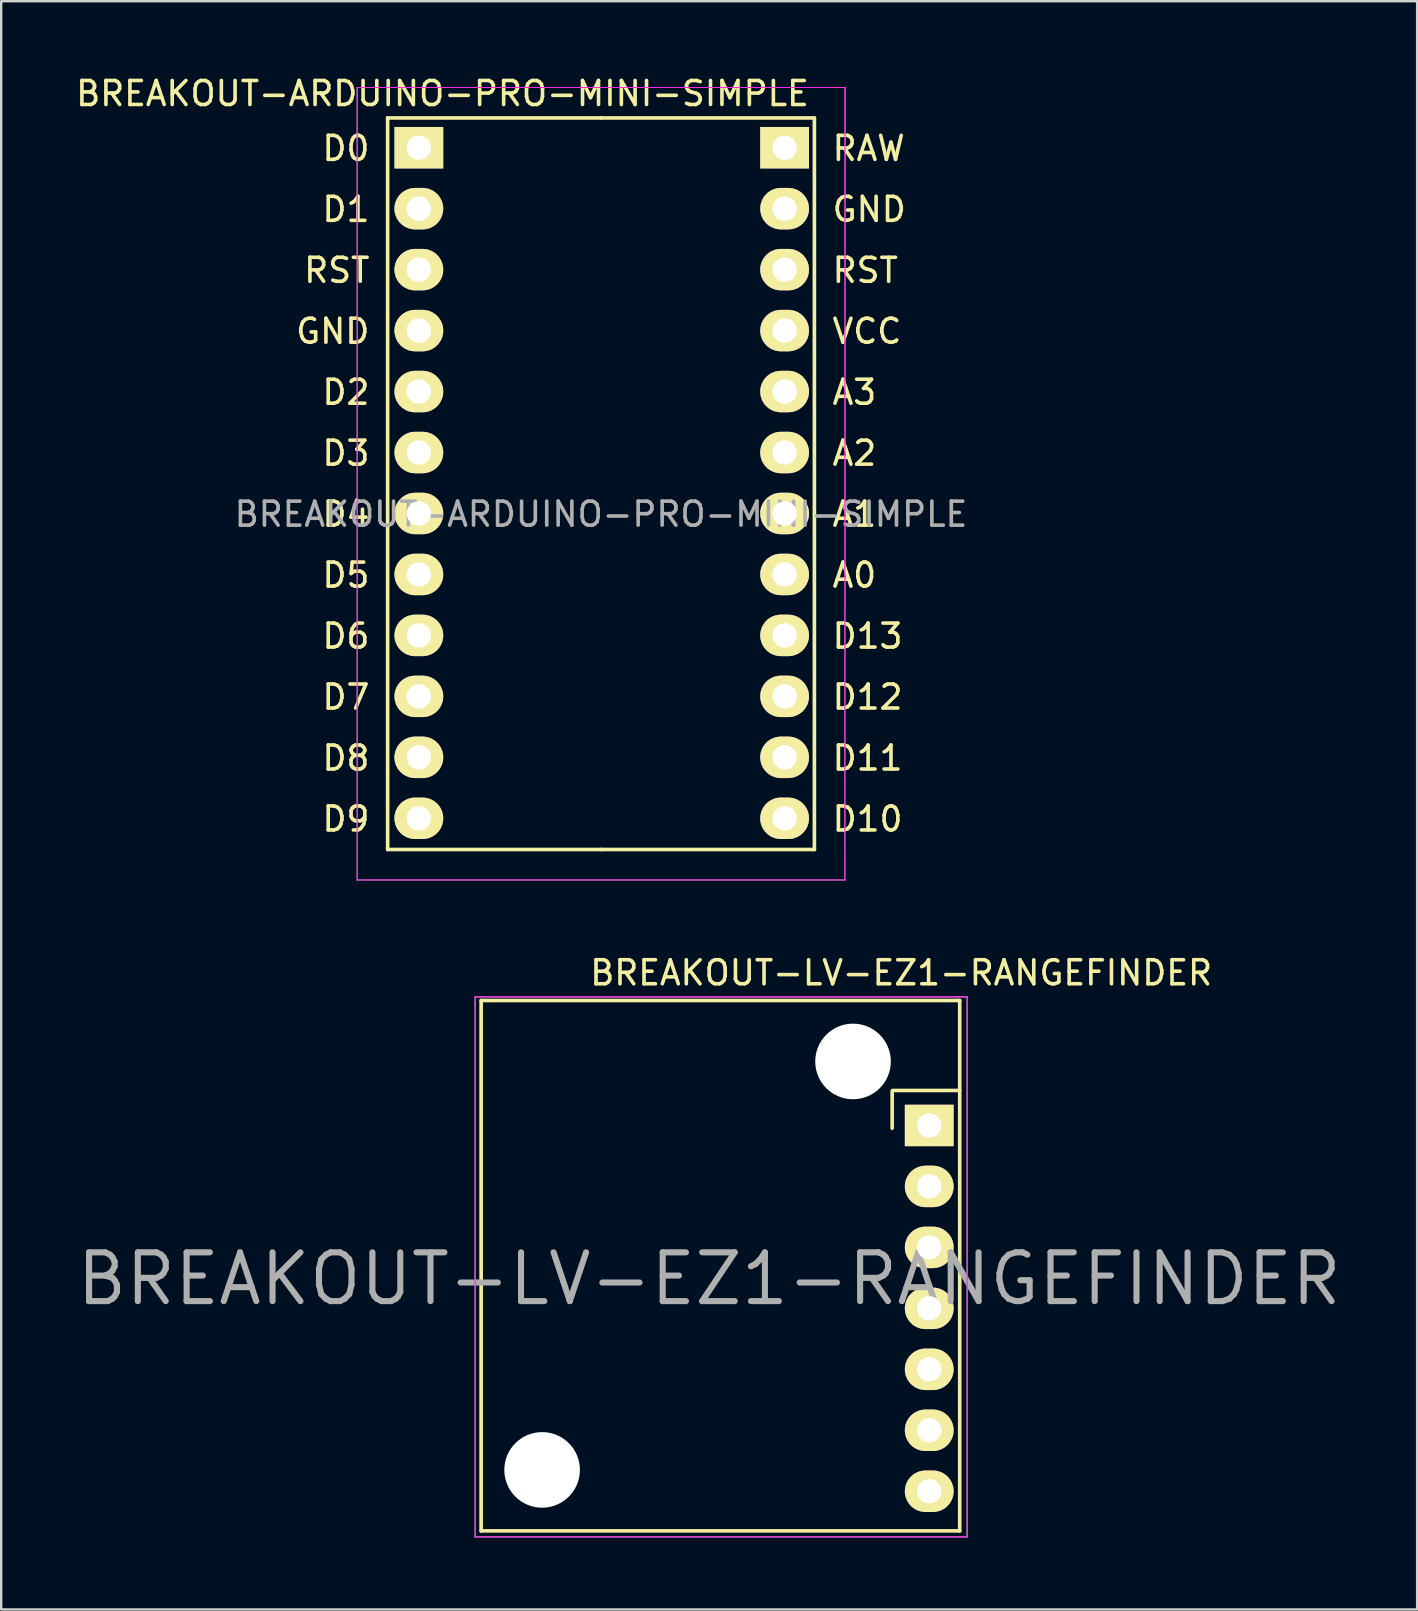
<source format=kicad_pcb>
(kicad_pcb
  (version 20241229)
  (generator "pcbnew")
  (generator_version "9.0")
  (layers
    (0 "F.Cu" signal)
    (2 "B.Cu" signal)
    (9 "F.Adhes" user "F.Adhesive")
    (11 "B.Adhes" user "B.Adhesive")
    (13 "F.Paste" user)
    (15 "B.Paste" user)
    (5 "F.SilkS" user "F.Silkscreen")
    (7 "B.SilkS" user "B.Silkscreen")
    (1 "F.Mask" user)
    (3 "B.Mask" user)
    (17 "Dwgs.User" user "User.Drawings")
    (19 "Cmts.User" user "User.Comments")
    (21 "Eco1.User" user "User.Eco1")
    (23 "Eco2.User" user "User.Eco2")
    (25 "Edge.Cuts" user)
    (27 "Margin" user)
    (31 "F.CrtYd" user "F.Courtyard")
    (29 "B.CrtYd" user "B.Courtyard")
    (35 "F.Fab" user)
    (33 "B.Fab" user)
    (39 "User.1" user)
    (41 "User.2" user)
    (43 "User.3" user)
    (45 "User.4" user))
  (footprint "BREAKOUT-ARDUINO-PRO-MINI-SIMPLE"
    (layer "F.Cu")
    (at 21.991 18.374)
    (property "Reference" "BREAKOUT-ARDUINO-PRO-MINI-SIMPLE" (at 0 0 0) (layer "F.Fab") (effects (font (size 1 1) (thickness 0.15))))
    (attr through_hole)
    (fp_line (start -8.89 13.97) (end -8.89 -16.51) (stroke (width 0.152) (type solid)) (layer "F.SilkS"))
    (fp_line (start 0 -16.51) (end -8.89 -16.51) (stroke (width 0.152) (type solid)) (layer "F.SilkS"))
    (fp_line (start 0 -16.51) (end 8.89 -16.51) (stroke (width 0.152) (type solid)) (layer "F.SilkS"))
    (fp_line (start 0 13.97) (end -8.89 13.97) (stroke (width 0.152) (type solid)) (layer "F.SilkS"))
    (fp_line (start 0 13.97) (end 8.89 13.97) (stroke (width 0.152) (type solid)) (layer "F.SilkS"))
    (fp_line (start 8.89 13.97) (end 8.89 -16.51) (stroke (width 0.152) (type solid)) (layer "F.SilkS"))
    (fp_line (start -10.16 -17.78) (end -10.16 15.24) (stroke (width 0.041) (type solid)) (layer "F.CrtYd"))
    (fp_line (start -10.16 15.24) (end 10.16 15.24) (stroke (width 0.041) (type solid)) (layer "F.CrtYd"))
    (fp_line (start 10.16 -17.78) (end -10.16 -17.78) (stroke (width 0.041) (type solid)) (layer "F.CrtYd"))
    (fp_line (start 10.16 15.24) (end 10.16 -17.78) (stroke (width 0.041) (type solid)) (layer "F.CrtYd"))
    (fp_line (start -10.16 -17.78) (end -10.16 15.24) (stroke (width 0.041) (type solid)) (layer "F.Fab"))
    (fp_line (start -10.16 15.24) (end 10.17 15.24) (stroke (width 0.041) (type solid)) (layer "F.Fab"))
    (fp_line (start 10.16 -17.78) (end -10.16 -17.78) (stroke (width 0.041) (type solid)) (layer "F.Fab"))
    (fp_line (start 10.16 15.24) (end 10.17 -17.78) (stroke (width 0.041) (type solid)) (layer "F.Fab"))
    (fp_text user "D2" (at -10.628 -5.08 0) (layer "F.SilkS") (effects (font (size 1 1) (thickness 0.15))))
    (fp_text user "D4" (at -10.628 0 0) (layer "F.SilkS") (effects (font (size 1 1) (thickness 0.15))))
    (fp_text user "D3" (at -10.628 -2.54 0) (layer "F.SilkS") (effects (font (size 1 1) (thickness 0.15))))
    (fp_text user "D1" (at -10.628 -12.7 0) (layer "F.SilkS") (effects (font (size 1 1) (thickness 0.15))))
    (fp_text user "D8" (at -10.628 10.16 0) (layer "F.SilkS") (effects (font (size 1 1) (thickness 0.15))))
    (fp_text user "${REFERENCE}" (at -6.604 -17.526 0) (layer "F.SilkS") (effects (font (size 1 1) (thickness 0.15))))
    (fp_text user "GND" (at 11.176 -12.7 0) (layer "F.SilkS") (effects (font (size 1 1) (thickness 0.15))))
    (fp_text user "A1" (at 10.557 0 0) (layer "F.SilkS") (effects (font (size 1 1) (thickness 0.15))))
    (fp_text user "D10" (at 11.105 12.7 0) (layer "F.SilkS") (effects (font (size 1 1) (thickness 0.15))))
    (fp_text user "D5" (at -10.628 2.54 0) (layer "F.SilkS") (effects (font (size 1 1) (thickness 0.15))))
    (fp_text user "A0" (at 10.557 2.54 0) (layer "F.SilkS") (effects (font (size 1 1) (thickness 0.15))))
    (fp_text user "D13" (at 11.105 5.08 0) (layer "F.SilkS") (effects (font (size 1 1) (thickness 0.15))))
    (fp_text user "A3" (at 10.557 -5.08 0) (layer "F.SilkS") (effects (font (size 1 1) (thickness 0.15))))
    (fp_text user "D9" (at -10.628 12.7 0) (layer "F.SilkS") (effects (font (size 1 1) (thickness 0.15))))
    (fp_text user "D11" (at 11.105 10.16 0) (layer "F.SilkS") (effects (font (size 1 1) (thickness 0.15))))
    (fp_text user "D0" (at -10.628 -15.24 0) (layer "F.SilkS") (effects (font (size 1 1) (thickness 0.15))))
    (fp_text user "D6" (at -10.628 5.08 0) (layer "F.SilkS") (effects (font (size 1 1) (thickness 0.15))))
    (fp_text user "GND" (at -11.176 -7.62 0) (layer "F.SilkS") (effects (font (size 1 1) (thickness 0.15))))
    (fp_text user "VCC" (at 11.081 -7.62 0) (layer "F.SilkS") (effects (font (size 1 1) (thickness 0.15))))
    (fp_text user "RST" (at 11.009 -10.16 0) (layer "F.SilkS") (effects (font (size 1 1) (thickness 0.15))))
    (fp_text user "A2" (at 10.557 -2.54 0) (layer "F.SilkS") (effects (font (size 1 1) (thickness 0.15))))
    (fp_text user "RAW" (at 11.152 -15.24 0) (layer "F.SilkS") (effects (font (size 1 1) (thickness 0.15))))
    (fp_text user "D7" (at -10.628 7.62 0) (layer "F.SilkS") (effects (font (size 1 1) (thickness 0.15))))
    (fp_text user "RST" (at -11.009 -10.16 0) (layer "F.SilkS") (effects (font (size 1 1) (thickness 0.15))))
    (fp_text user "D12" (at 11.105 7.62 0) (layer "F.SilkS") (effects (font (size 1 1) (thickness 0.15))))
    (pad "A0" thru_hole oval (at 7.65 2.51 270) (size 1.727 2.032) (drill 1.016) (layers "*.Cu" "*.Mask" "F.SilkS"))
    (pad "A1" thru_hole oval (at 7.65 -0.03 270) (size 1.727 2.032) (drill 1.016) (layers "*.Cu" "*.Mask" "F.SilkS"))
    (pad "A2" thru_hole oval (at 7.65 -2.57 270) (size 1.727 2.032) (drill 1.016) (layers "*.Cu" "*.Mask" "F.SilkS"))
    (pad "A3" thru_hole oval (at 7.65 -5.11 270) (size 1.727 2.032) (drill 1.016) (layers "*.Cu" "*.Mask" "F.SilkS"))
    (pad "D0" thru_hole rect (at -7.59 -15.27 270) (size 1.727 2.032) (drill 1.016) (layers "*.Cu" "*.Mask" "F.SilkS"))
    (pad "D1" thru_hole oval (at -7.59 -12.73 270) (size 1.727 2.032) (drill 1.016) (layers "*.Cu" "*.Mask" "F.SilkS"))
    (pad "D2" thru_hole oval (at -7.59 -5.11 270) (size 1.727 2.032) (drill 1.016) (layers "*.Cu" "*.Mask" "F.SilkS"))
    (pad "D3" thru_hole oval (at -7.59 -2.57 270) (size 1.727 2.032) (drill 1.016) (layers "*.Cu" "*.Mask" "F.SilkS"))
    (pad "D4" thru_hole oval (at -7.59 -0.03 270) (size 1.727 2.032) (drill 1.016) (layers "*.Cu" "*.Mask" "F.SilkS"))
    (pad "D5" thru_hole oval (at -7.59 2.51 270) (size 1.727 2.032) (drill 1.016) (layers "*.Cu" "*.Mask" "F.SilkS"))
    (pad "D6" thru_hole oval (at -7.59 5.05 270) (size 1.727 2.032) (drill 1.016) (layers "*.Cu" "*.Mask" "F.SilkS"))
    (pad "D7" thru_hole oval (at -7.59 7.59 270) (size 1.727 2.032) (drill 1.016) (layers "*.Cu" "*.Mask" "F.SilkS"))
    (pad "D8" thru_hole oval (at -7.59 10.13 270) (size 1.727 2.032) (drill 1.016) (layers "*.Cu" "*.Mask" "F.SilkS"))
    (pad "D9" thru_hole oval (at -7.59 12.67 270) (size 1.727 2.032) (drill 1.016) (layers "*.Cu" "*.Mask" "F.SilkS"))
    (pad "D10" thru_hole oval (at 7.65 12.67 270) (size 1.727 2.032) (drill 1.016) (layers "*.Cu" "*.Mask" "F.SilkS"))
    (pad "D11" thru_hole oval (at 7.65 10.13 270) (size 1.727 2.032) (drill 1.016) (layers "*.Cu" "*.Mask" "F.SilkS"))
    (pad "D12" thru_hole oval (at 7.65 7.59 270) (size 1.727 2.032) (drill 1.016) (layers "*.Cu" "*.Mask" "F.SilkS"))
    (pad "D13" thru_hole oval (at 7.65 5.05 270) (size 1.727 2.032) (drill 1.016) (layers "*.Cu" "*.Mask" "F.SilkS"))
    (pad "GND1" thru_hole oval (at 7.65 -12.73 270) (size 1.727 2.032) (drill 1.016) (layers "*.Cu" "*.Mask" "F.SilkS"))
    (pad "GND2" thru_hole oval (at -7.59 -7.65 270) (size 1.727 2.032) (drill 1.016) (layers "*.Cu" "*.Mask" "F.SilkS"))
    (pad "RAW" thru_hole rect (at 7.65 -15.27 270) (size 1.727 2.032) (drill 1.016) (layers "*.Cu" "*.Mask" "F.SilkS"))
    (pad "RST1" thru_hole oval (at 7.65 -10.19 270) (size 1.727 2.032) (drill 1.016) (layers "*.Cu" "*.Mask" "F.SilkS"))
    (pad "RST2" thru_hole oval (at -7.59 -10.19 270) (size 1.727 2.032) (drill 1.016) (layers "*.Cu" "*.Mask" "F.SilkS"))
    (pad "VCC" thru_hole oval (at 7.65 -7.65 270) (size 1.727 2.032) (drill 1.016) (layers "*.Cu" "*.Mask" "F.SilkS")))
  (footprint "BREAKOUT-LV-EZ1-RANGEFINDER"
    (layer "F.Cu")
    (at 35.647 43.883)
    (property "Reference" "BREAKOUT-LV-EZ1-RANGEFINDER" (at -9.15 6.35 0) (layer "F.Fab") (effects (font (size 2.032 2.032) (thickness 0.254))))
    (attr through_hole)
    (fp_line (start -18.65 -5.248) (end 1.289 -5.248) (stroke (width 0.152) (type solid)) (layer "F.SilkS"))
    (fp_line (start -18.65 16.85) (end -18.65 -5.248) (stroke (width 0.152) (type solid)) (layer "F.SilkS"))
    (fp_line (start -18.65 16.85) (end 1.289 16.85) (stroke (width 0.152) (type solid)) (layer "F.SilkS"))
    (fp_line (start -1.525 0.075) (end -1.525 -1.475) (stroke (width 0.15) (type solid)) (layer "F.SilkS"))
    (fp_line (start -1.5 -1.5) (end 1.289 -1.5) (stroke (width 0.15) (type solid)) (layer "F.SilkS"))
    (fp_line (start 1.289 16.85) (end 1.289 -5.248) (stroke (width 0.152) (type solid)) (layer "F.SilkS"))
    (fp_line (start -18.9 -5.4) (end -18.9 17.1) (stroke (width 0.051) (type solid)) (layer "F.CrtYd"))
    (fp_line (start -18.9 17.1) (end 1.6 17.1) (stroke (width 0.051) (type solid)) (layer "F.CrtYd"))
    (fp_line (start 1.6 -5.4) (end -18.9 -5.4) (stroke (width 0.051) (type solid)) (layer "F.CrtYd"))
    (fp_line (start 1.6 17.1) (end 1.6 -5.4) (stroke (width 0.051) (type solid)) (layer "F.CrtYd"))
    (fp_line (start -18.9 -5.4) (end -18.9 17.1) (stroke (width 0.051) (type solid)) (layer "F.Fab"))
    (fp_line (start -18.9 17.1) (end 1.6 17.1) (stroke (width 0.051) (type solid)) (layer "F.Fab"))
    (fp_line (start 1.6 -5.4) (end -18.9 -5.4) (stroke (width 0.051) (type solid)) (layer "F.Fab"))
    (fp_line (start 1.6 17.1) (end 1.6 -5.4) (stroke (width 0.051) (type solid)) (layer "F.Fab"))
    (fp_text user "${REFERENCE}" (at -1.15 -6.4 0) (layer "F.SilkS") (effects (font (size 1 1) (thickness 0.15))))
    (pad "" np_thru_hole circle (at -16.11 14.31) (size 3.15 3.15) (drill 3.15) (layers "F.Cu"))
    (pad "" np_thru_hole circle (at -3.156 -2.708) (size 3.15 3.15) (drill 3.15) (layers "F.Cu"))
    (pad "1" thru_hole rect (at 0.019 -0.041) (size 2.032 1.727) (drill 1.016) (layers "*.Cu" "*.Mask" "F.SilkS"))
    (pad "2" thru_hole oval (at 0.019 2.499) (size 2.032 1.727) (drill 1.016) (layers "*.Cu" "*.Mask" "F.SilkS"))
    (pad "3" thru_hole oval (at 0.019 5.039) (size 2.032 1.727) (drill 1.016) (layers "*.Cu" "*.Mask" "F.SilkS"))
    (pad "4" thru_hole oval (at 0.019 7.579) (size 2.032 1.727) (drill 1.016) (layers "*.Cu" "*.Mask" "F.SilkS"))
    (pad "5" thru_hole oval (at 0.019 10.119) (size 2.032 1.727) (drill 1.016) (layers "*.Cu" "*.Mask" "F.SilkS"))
    (pad "6" thru_hole oval (at 0.019 12.659) (size 2.032 1.727) (drill 1.016) (layers "*.Cu" "*.Mask" "F.SilkS"))
    (pad "7" thru_hole oval (at 0.019 15.199) (size 2.032 1.727) (drill 1.016) (layers "*.Cu" "*.Mask" "F.SilkS")))
  (gr_rect
    (start -3 -3)
    (end 55.994 64.008)
    (stroke (width 0.1) (type default))
    (fill no)
    (layer "Edge.Cuts")))
</source>
